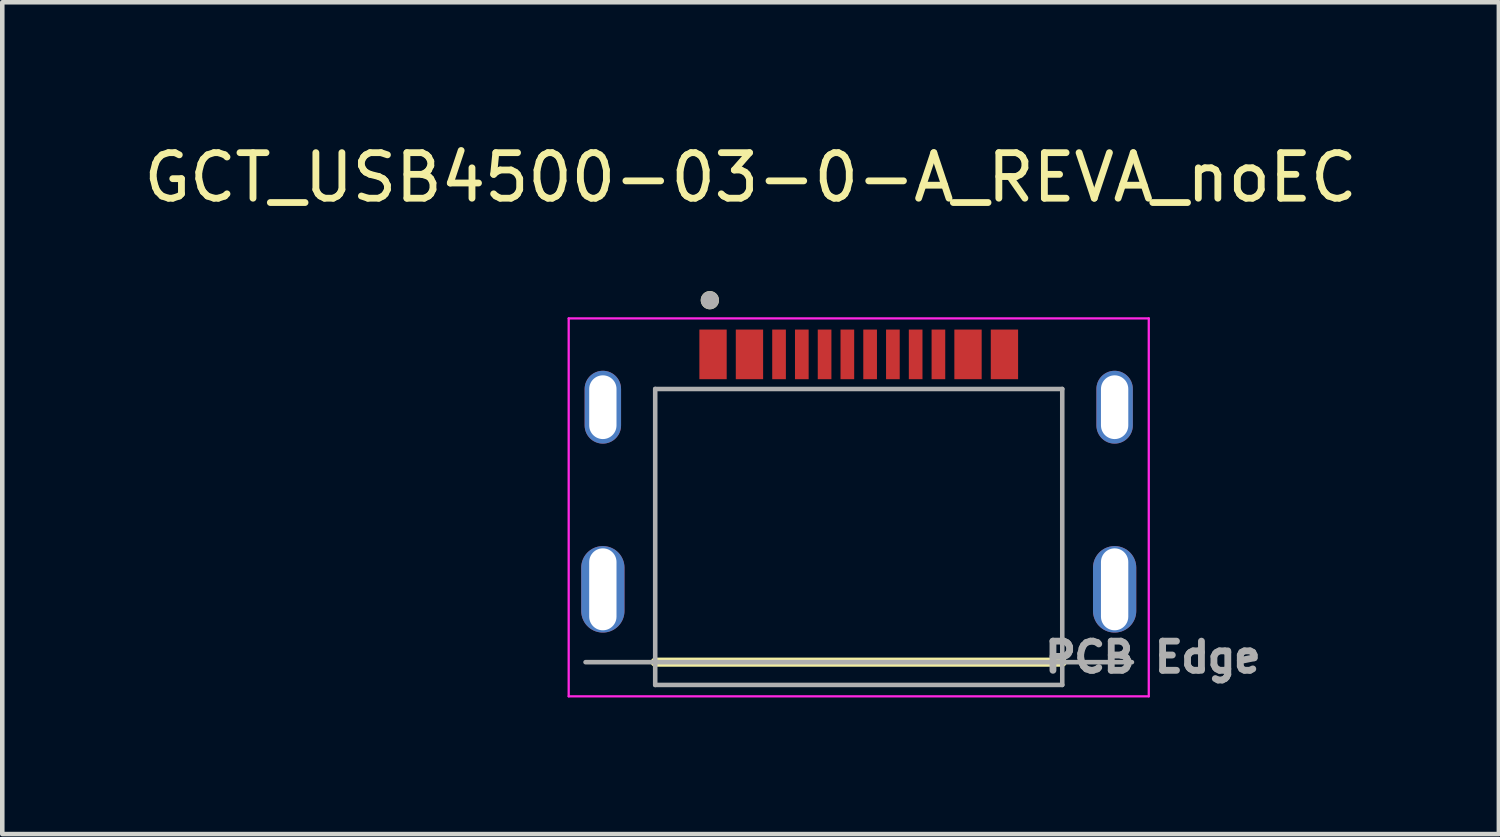
<source format=kicad_pcb>
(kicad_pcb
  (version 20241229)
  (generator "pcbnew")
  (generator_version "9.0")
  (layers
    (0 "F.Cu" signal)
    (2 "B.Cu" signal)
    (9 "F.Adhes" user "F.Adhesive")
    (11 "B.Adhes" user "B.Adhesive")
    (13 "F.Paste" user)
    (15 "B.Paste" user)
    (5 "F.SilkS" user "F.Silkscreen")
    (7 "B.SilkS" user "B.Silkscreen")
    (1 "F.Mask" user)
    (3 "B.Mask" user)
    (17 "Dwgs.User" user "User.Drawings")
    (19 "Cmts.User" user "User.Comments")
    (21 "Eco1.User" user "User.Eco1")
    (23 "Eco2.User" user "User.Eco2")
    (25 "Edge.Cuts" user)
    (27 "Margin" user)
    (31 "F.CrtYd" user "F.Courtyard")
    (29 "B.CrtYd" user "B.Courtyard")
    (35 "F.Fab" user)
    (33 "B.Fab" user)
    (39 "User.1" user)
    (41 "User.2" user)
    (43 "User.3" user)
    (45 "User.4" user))
  (footprint "GCT_USB4500-03-0-A_REVA_noEC"
    (layer "F.Cu")
    (at 15.81 9.893)
    (property "Reference" "GCT_USB4500-03-0-A_REVA_noEC" (at -2.375 -9.045 0) (layer "F.SilkS") (effects (font (size 1 1) (thickness 0.15))))
    (attr through_hole)
    (fp_poly (pts (xy -6.225 -3.61) (xy -6.225 -4.41) (xy -6.224 -4.441) (xy -6.222 -4.473) (xy -6.218 -4.504) (xy -6.212 -4.535) (xy -6.205 -4.565) (xy -6.196 -4.595) (xy -6.185 -4.625) (xy -6.173 -4.654) (xy -6.16 -4.682) (xy -6.145 -4.71) (xy -6.128 -4.737) (xy -6.11 -4.763) (xy -6.091 -4.788) (xy -6.071 -4.811) (xy -6.049 -4.834) (xy -6.026 -4.856) (xy -6.003 -4.876) (xy -5.978 -4.895) (xy -5.952 -4.913) (xy -5.925 -4.93) (xy -5.897 -4.945) (xy -5.869 -4.958) (xy -5.84 -4.97) (xy -5.81 -4.981) (xy -5.78 -4.99) (xy -5.75 -4.997) (xy -5.719 -5.003) (xy -5.688 -5.007) (xy -5.656 -5.009) (xy -5.625 -5.01) (xy -5.594 -5.009) (xy -5.562 -5.007) (xy -5.531 -5.003) (xy -5.5 -4.997) (xy -5.47 -4.99) (xy -5.44 -4.981) (xy -5.41 -4.97) (xy -5.381 -4.958) (xy -5.353 -4.945) (xy -5.325 -4.93) (xy -5.298 -4.913) (xy -5.272 -4.895) (xy -5.247 -4.876) (xy -5.224 -4.856) (xy -5.201 -4.834) (xy -5.179 -4.811) (xy -5.159 -4.788) (xy -5.14 -4.763) (xy -5.122 -4.737) (xy -5.105 -4.71) (xy -5.09 -4.682) (xy -5.077 -4.654) (xy -5.065 -4.625) (xy -5.054 -4.595) (xy -5.045 -4.565) (xy -5.038 -4.535) (xy -5.032 -4.504) (xy -5.028 -4.473) (xy -5.026 -4.441) (xy -5.025 -4.41) (xy -5.025 -3.61) (xy -5.026 -3.579) (xy -5.028 -3.547) (xy -5.032 -3.516) (xy -5.038 -3.485) (xy -5.045 -3.455) (xy -5.054 -3.425) (xy -5.065 -3.395) (xy -5.077 -3.366) (xy -5.09 -3.338) (xy -5.105 -3.31) (xy -5.122 -3.283) (xy -5.14 -3.257) (xy -5.159 -3.232) (xy -5.179 -3.209) (xy -5.201 -3.186) (xy -5.224 -3.164) (xy -5.247 -3.144) (xy -5.272 -3.125) (xy -5.298 -3.107) (xy -5.325 -3.09) (xy -5.353 -3.075) (xy -5.381 -3.062) (xy -5.41 -3.05) (xy -5.44 -3.039) (xy -5.47 -3.03) (xy -5.5 -3.023) (xy -5.531 -3.017) (xy -5.562 -3.013) (xy -5.594 -3.011) (xy -5.625 -3.01) (xy -5.656 -3.011) (xy -5.688 -3.013) (xy -5.719 -3.017) (xy -5.75 -3.023) (xy -5.78 -3.03) (xy -5.81 -3.039) (xy -5.84 -3.05) (xy -5.869 -3.062) (xy -5.897 -3.075) (xy -5.925 -3.09) (xy -5.952 -3.107) (xy -5.978 -3.125) (xy -6.003 -3.144) (xy -6.026 -3.164) (xy -6.049 -3.186) (xy -6.071 -3.209) (xy -6.091 -3.232) (xy -6.11 -3.257) (xy -6.128 -3.283) (xy -6.145 -3.31) (xy -6.16 -3.338) (xy -6.173 -3.366) (xy -6.185 -3.395) (xy -6.196 -3.425) (xy -6.205 -3.455) (xy -6.212 -3.485) (xy -6.218 -3.516) (xy -6.222 -3.547) (xy -6.224 -3.579) (xy -6.225 -3.61)) (stroke (width 0.01) (type solid)) (fill yes) (layer "F.Mask"))
    (fp_poly (pts (xy -6.225 0.59) (xy -6.225 -0.61) (xy -6.224 -0.641) (xy -6.222 -0.673) (xy -6.218 -0.704) (xy -6.212 -0.735) (xy -6.205 -0.765) (xy -6.196 -0.795) (xy -6.185 -0.825) (xy -6.173 -0.854) (xy -6.16 -0.882) (xy -6.145 -0.91) (xy -6.128 -0.937) (xy -6.11 -0.963) (xy -6.091 -0.988) (xy -6.071 -1.011) (xy -6.049 -1.034) (xy -6.026 -1.056) (xy -6.003 -1.076) (xy -5.978 -1.095) (xy -5.952 -1.113) (xy -5.925 -1.13) (xy -5.897 -1.145) (xy -5.869 -1.158) (xy -5.84 -1.17) (xy -5.81 -1.181) (xy -5.78 -1.19) (xy -5.75 -1.197) (xy -5.719 -1.203) (xy -5.688 -1.207) (xy -5.656 -1.209) (xy -5.625 -1.21) (xy -5.594 -1.209) (xy -5.562 -1.207) (xy -5.531 -1.203) (xy -5.5 -1.197) (xy -5.47 -1.19) (xy -5.44 -1.181) (xy -5.41 -1.17) (xy -5.381 -1.158) (xy -5.353 -1.145) (xy -5.325 -1.13) (xy -5.298 -1.113) (xy -5.272 -1.095) (xy -5.247 -1.076) (xy -5.224 -1.056) (xy -5.201 -1.034) (xy -5.179 -1.011) (xy -5.159 -0.988) (xy -5.14 -0.963) (xy -5.122 -0.937) (xy -5.105 -0.91) (xy -5.09 -0.882) (xy -5.077 -0.854) (xy -5.065 -0.825) (xy -5.054 -0.795) (xy -5.045 -0.765) (xy -5.038 -0.735) (xy -5.032 -0.704) (xy -5.028 -0.673) (xy -5.026 -0.641) (xy -5.025 -0.61) (xy -5.025 0.59) (xy -5.026 0.621) (xy -5.028 0.653) (xy -5.032 0.684) (xy -5.038 0.715) (xy -5.045 0.745) (xy -5.054 0.775) (xy -5.065 0.805) (xy -5.077 0.834) (xy -5.09 0.862) (xy -5.105 0.89) (xy -5.122 0.917) (xy -5.14 0.943) (xy -5.159 0.968) (xy -5.179 0.991) (xy -5.201 1.014) (xy -5.224 1.036) (xy -5.247 1.056) (xy -5.272 1.075) (xy -5.298 1.093) (xy -5.325 1.11) (xy -5.353 1.125) (xy -5.381 1.138) (xy -5.41 1.15) (xy -5.44 1.161) (xy -5.47 1.17) (xy -5.5 1.177) (xy -5.531 1.183) (xy -5.562 1.187) (xy -5.594 1.189) (xy -5.625 1.19) (xy -5.656 1.189) (xy -5.688 1.187) (xy -5.719 1.183) (xy -5.75 1.177) (xy -5.78 1.17) (xy -5.81 1.161) (xy -5.84 1.15) (xy -5.869 1.138) (xy -5.897 1.125) (xy -5.925 1.11) (xy -5.952 1.093) (xy -5.978 1.075) (xy -6.003 1.056) (xy -6.026 1.036) (xy -6.049 1.014) (xy -6.071 0.991) (xy -6.091 0.968) (xy -6.11 0.943) (xy -6.128 0.917) (xy -6.145 0.89) (xy -6.16 0.862) (xy -6.173 0.834) (xy -6.185 0.805) (xy -6.196 0.775) (xy -6.205 0.745) (xy -6.212 0.715) (xy -6.218 0.684) (xy -6.222 0.653) (xy -6.224 0.621) (xy -6.225 0.59)) (stroke (width 0.01) (type solid)) (fill yes) (layer "F.Mask"))
    (fp_poly (pts (xy 5.015 -3.61) (xy 5.015 -4.41) (xy 5.016 -4.441) (xy 5.018 -4.473) (xy 5.022 -4.504) (xy 5.028 -4.535) (xy 5.035 -4.565) (xy 5.044 -4.595) (xy 5.055 -4.625) (xy 5.067 -4.654) (xy 5.08 -4.682) (xy 5.095 -4.71) (xy 5.112 -4.737) (xy 5.13 -4.763) (xy 5.149 -4.788) (xy 5.169 -4.811) (xy 5.191 -4.834) (xy 5.214 -4.856) (xy 5.237 -4.876) (xy 5.262 -4.895) (xy 5.288 -4.913) (xy 5.315 -4.93) (xy 5.343 -4.945) (xy 5.371 -4.958) (xy 5.4 -4.97) (xy 5.43 -4.981) (xy 5.46 -4.99) (xy 5.49 -4.997) (xy 5.521 -5.003) (xy 5.552 -5.007) (xy 5.584 -5.009) (xy 5.615 -5.01) (xy 5.646 -5.009) (xy 5.678 -5.007) (xy 5.709 -5.003) (xy 5.74 -4.997) (xy 5.77 -4.99) (xy 5.8 -4.981) (xy 5.83 -4.97) (xy 5.859 -4.958) (xy 5.887 -4.945) (xy 5.915 -4.93) (xy 5.942 -4.913) (xy 5.968 -4.895) (xy 5.993 -4.876) (xy 6.016 -4.856) (xy 6.039 -4.834) (xy 6.061 -4.811) (xy 6.081 -4.788) (xy 6.1 -4.763) (xy 6.118 -4.737) (xy 6.135 -4.71) (xy 6.15 -4.682) (xy 6.163 -4.654) (xy 6.175 -4.625) (xy 6.186 -4.595) (xy 6.195 -4.565) (xy 6.202 -4.535) (xy 6.208 -4.504) (xy 6.212 -4.473) (xy 6.214 -4.441) (xy 6.215 -4.41) (xy 6.215 -3.61) (xy 6.214 -3.579) (xy 6.212 -3.547) (xy 6.208 -3.516) (xy 6.202 -3.485) (xy 6.195 -3.455) (xy 6.186 -3.425) (xy 6.175 -3.395) (xy 6.163 -3.366) (xy 6.15 -3.338) (xy 6.135 -3.31) (xy 6.118 -3.283) (xy 6.1 -3.257) (xy 6.081 -3.232) (xy 6.061 -3.209) (xy 6.039 -3.186) (xy 6.016 -3.164) (xy 5.993 -3.144) (xy 5.968 -3.125) (xy 5.942 -3.107) (xy 5.915 -3.09) (xy 5.887 -3.075) (xy 5.859 -3.062) (xy 5.83 -3.05) (xy 5.8 -3.039) (xy 5.77 -3.03) (xy 5.74 -3.023) (xy 5.709 -3.017) (xy 5.678 -3.013) (xy 5.646 -3.011) (xy 5.615 -3.01) (xy 5.584 -3.011) (xy 5.552 -3.013) (xy 5.521 -3.017) (xy 5.49 -3.023) (xy 5.46 -3.03) (xy 5.43 -3.039) (xy 5.4 -3.05) (xy 5.371 -3.062) (xy 5.343 -3.075) (xy 5.315 -3.09) (xy 5.288 -3.107) (xy 5.262 -3.125) (xy 5.237 -3.144) (xy 5.214 -3.164) (xy 5.191 -3.186) (xy 5.169 -3.209) (xy 5.149 -3.232) (xy 5.13 -3.257) (xy 5.112 -3.283) (xy 5.095 -3.31) (xy 5.08 -3.338) (xy 5.067 -3.366) (xy 5.055 -3.395) (xy 5.044 -3.425) (xy 5.035 -3.455) (xy 5.028 -3.485) (xy 5.022 -3.516) (xy 5.018 -3.547) (xy 5.016 -3.579) (xy 5.015 -3.61)) (stroke (width 0.01) (type solid)) (fill yes) (layer "F.Mask"))
    (fp_poly (pts (xy 5.015 -0.01) (xy 5.015 -0.61) (xy 5.016 -0.641) (xy 5.018 -0.673) (xy 5.022 -0.704) (xy 5.028 -0.735) (xy 5.035 -0.765) (xy 5.044 -0.795) (xy 5.055 -0.825) (xy 5.067 -0.854) (xy 5.08 -0.882) (xy 5.095 -0.91) (xy 5.112 -0.937) (xy 5.13 -0.963) (xy 5.149 -0.988) (xy 5.169 -1.011) (xy 5.191 -1.034) (xy 5.214 -1.056) (xy 5.237 -1.076) (xy 5.262 -1.095) (xy 5.288 -1.113) (xy 5.315 -1.13) (xy 5.343 -1.145) (xy 5.371 -1.158) (xy 5.4 -1.17) (xy 5.43 -1.181) (xy 5.46 -1.19) (xy 5.49 -1.197) (xy 5.521 -1.203) (xy 5.552 -1.207) (xy 5.584 -1.209) (xy 5.615 -1.21) (xy 5.646 -1.209) (xy 5.678 -1.207) (xy 5.709 -1.203) (xy 5.74 -1.197) (xy 5.77 -1.19) (xy 5.8 -1.181) (xy 5.83 -1.17) (xy 5.859 -1.158) (xy 5.887 -1.145) (xy 5.915 -1.13) (xy 5.942 -1.113) (xy 5.968 -1.095) (xy 5.993 -1.076) (xy 6.016 -1.056) (xy 6.039 -1.034) (xy 6.061 -1.011) (xy 6.081 -0.988) (xy 6.1 -0.963) (xy 6.118 -0.937) (xy 6.135 -0.91) (xy 6.15 -0.882) (xy 6.163 -0.854) (xy 6.175 -0.825) (xy 6.186 -0.795) (xy 6.195 -0.765) (xy 6.202 -0.735) (xy 6.208 -0.704) (xy 6.212 -0.673) (xy 6.214 -0.641) (xy 6.215 -0.61) (xy 6.215 -0.01) (xy 6.215 0.59) (xy 6.214 0.621) (xy 6.212 0.653) (xy 6.208 0.684) (xy 6.202 0.715) (xy 6.195 0.745) (xy 6.186 0.775) (xy 6.175 0.805) (xy 6.163 0.834) (xy 6.15 0.862) (xy 6.135 0.89) (xy 6.118 0.917) (xy 6.1 0.943) (xy 6.081 0.968) (xy 6.061 0.991) (xy 6.039 1.014) (xy 6.016 1.036) (xy 5.993 1.056) (xy 5.968 1.075) (xy 5.942 1.093) (xy 5.915 1.11) (xy 5.887 1.125) (xy 5.859 1.138) (xy 5.83 1.15) (xy 5.8 1.161) (xy 5.77 1.17) (xy 5.74 1.177) (xy 5.709 1.183) (xy 5.678 1.187) (xy 5.646 1.189) (xy 5.615 1.19) (xy 5.584 1.189) (xy 5.552 1.187) (xy 5.521 1.183) (xy 5.49 1.177) (xy 5.46 1.17) (xy 5.43 1.161) (xy 5.4 1.15) (xy 5.371 1.138) (xy 5.343 1.125) (xy 5.315 1.11) (xy 5.288 1.093) (xy 5.262 1.075) (xy 5.237 1.056) (xy 5.214 1.036) (xy 5.191 1.014) (xy 5.169 0.991) (xy 5.149 0.968) (xy 5.13 0.943) (xy 5.112 0.917) (xy 5.095 0.89) (xy 5.08 0.862) (xy 5.067 0.834) (xy 5.055 0.805) (xy 5.044 0.775) (xy 5.035 0.745) (xy 5.028 0.715) (xy 5.022 0.684) (xy 5.018 0.653) (xy 5.016 0.621) (xy 5.015 0.59) (xy 5.015 -0.01)) (stroke (width 0.01) (type solid)) (fill yes) (layer "F.Mask"))
    (fp_poly (pts (xy -6.225 -3.61) (xy -6.225 -4.41) (xy -6.224 -4.441) (xy -6.222 -4.473) (xy -6.218 -4.504) (xy -6.212 -4.535) (xy -6.205 -4.565) (xy -6.196 -4.595) (xy -6.185 -4.625) (xy -6.173 -4.654) (xy -6.16 -4.682) (xy -6.145 -4.71) (xy -6.128 -4.737) (xy -6.11 -4.763) (xy -6.091 -4.788) (xy -6.071 -4.811) (xy -6.049 -4.834) (xy -6.026 -4.856) (xy -6.003 -4.876) (xy -5.978 -4.895) (xy -5.952 -4.913) (xy -5.925 -4.93) (xy -5.897 -4.945) (xy -5.869 -4.958) (xy -5.84 -4.97) (xy -5.81 -4.981) (xy -5.78 -4.99) (xy -5.75 -4.997) (xy -5.719 -5.003) (xy -5.688 -5.007) (xy -5.656 -5.009) (xy -5.625 -5.01) (xy -5.594 -5.009) (xy -5.562 -5.007) (xy -5.531 -5.003) (xy -5.5 -4.997) (xy -5.47 -4.99) (xy -5.44 -4.981) (xy -5.41 -4.97) (xy -5.381 -4.958) (xy -5.353 -4.945) (xy -5.325 -4.93) (xy -5.298 -4.913) (xy -5.272 -4.895) (xy -5.247 -4.876) (xy -5.224 -4.856) (xy -5.201 -4.834) (xy -5.179 -4.811) (xy -5.159 -4.788) (xy -5.14 -4.763) (xy -5.122 -4.737) (xy -5.105 -4.71) (xy -5.09 -4.682) (xy -5.077 -4.654) (xy -5.065 -4.625) (xy -5.054 -4.595) (xy -5.045 -4.565) (xy -5.038 -4.535) (xy -5.032 -4.504) (xy -5.028 -4.473) (xy -5.026 -4.441) (xy -5.025 -4.41) (xy -5.025 -3.61) (xy -5.026 -3.579) (xy -5.028 -3.547) (xy -5.032 -3.516) (xy -5.038 -3.485) (xy -5.045 -3.455) (xy -5.054 -3.425) (xy -5.065 -3.395) (xy -5.077 -3.366) (xy -5.09 -3.338) (xy -5.105 -3.31) (xy -5.122 -3.283) (xy -5.14 -3.257) (xy -5.159 -3.232) (xy -5.179 -3.209) (xy -5.201 -3.186) (xy -5.224 -3.164) (xy -5.247 -3.144) (xy -5.272 -3.125) (xy -5.298 -3.107) (xy -5.325 -3.09) (xy -5.353 -3.075) (xy -5.381 -3.062) (xy -5.41 -3.05) (xy -5.44 -3.039) (xy -5.47 -3.03) (xy -5.5 -3.023) (xy -5.531 -3.017) (xy -5.562 -3.013) (xy -5.594 -3.011) (xy -5.625 -3.01) (xy -5.656 -3.011) (xy -5.688 -3.013) (xy -5.719 -3.017) (xy -5.75 -3.023) (xy -5.78 -3.03) (xy -5.81 -3.039) (xy -5.84 -3.05) (xy -5.869 -3.062) (xy -5.897 -3.075) (xy -5.925 -3.09) (xy -5.952 -3.107) (xy -5.978 -3.125) (xy -6.003 -3.144) (xy -6.026 -3.164) (xy -6.049 -3.186) (xy -6.071 -3.209) (xy -6.091 -3.232) (xy -6.11 -3.257) (xy -6.128 -3.283) (xy -6.145 -3.31) (xy -6.16 -3.338) (xy -6.173 -3.366) (xy -6.185 -3.395) (xy -6.196 -3.425) (xy -6.205 -3.455) (xy -6.212 -3.485) (xy -6.218 -3.516) (xy -6.222 -3.547) (xy -6.224 -3.579) (xy -6.225 -3.61)) (stroke (width 0.01) (type solid)) (fill yes) (layer "B.Mask"))
    (fp_poly (pts (xy -6.225 0.6) (xy -6.225 -0.6) (xy -6.224 -0.631) (xy -6.222 -0.663) (xy -6.218 -0.694) (xy -6.212 -0.725) (xy -6.205 -0.755) (xy -6.196 -0.785) (xy -6.185 -0.815) (xy -6.173 -0.844) (xy -6.16 -0.872) (xy -6.145 -0.9) (xy -6.128 -0.927) (xy -6.11 -0.953) (xy -6.091 -0.978) (xy -6.071 -1.001) (xy -6.049 -1.024) (xy -6.026 -1.046) (xy -6.003 -1.066) (xy -5.978 -1.085) (xy -5.952 -1.103) (xy -5.925 -1.12) (xy -5.897 -1.135) (xy -5.869 -1.148) (xy -5.84 -1.16) (xy -5.81 -1.171) (xy -5.78 -1.18) (xy -5.75 -1.187) (xy -5.719 -1.193) (xy -5.688 -1.197) (xy -5.656 -1.199) (xy -5.625 -1.2) (xy -5.594 -1.199) (xy -5.562 -1.197) (xy -5.531 -1.193) (xy -5.5 -1.187) (xy -5.47 -1.18) (xy -5.44 -1.171) (xy -5.41 -1.16) (xy -5.381 -1.148) (xy -5.353 -1.135) (xy -5.325 -1.12) (xy -5.298 -1.103) (xy -5.272 -1.085) (xy -5.247 -1.066) (xy -5.224 -1.046) (xy -5.201 -1.024) (xy -5.179 -1.001) (xy -5.159 -0.978) (xy -5.14 -0.953) (xy -5.122 -0.927) (xy -5.105 -0.9) (xy -5.09 -0.872) (xy -5.077 -0.844) (xy -5.065 -0.815) (xy -5.054 -0.785) (xy -5.045 -0.755) (xy -5.038 -0.725) (xy -5.032 -0.694) (xy -5.028 -0.663) (xy -5.026 -0.631) (xy -5.025 -0.6) (xy -5.025 0.6) (xy -5.026 0.631) (xy -5.028 0.663) (xy -5.032 0.694) (xy -5.038 0.725) (xy -5.045 0.755) (xy -5.054 0.785) (xy -5.065 0.815) (xy -5.077 0.844) (xy -5.09 0.872) (xy -5.105 0.9) (xy -5.122 0.927) (xy -5.14 0.953) (xy -5.159 0.978) (xy -5.179 1.001) (xy -5.201 1.024) (xy -5.224 1.046) (xy -5.247 1.066) (xy -5.272 1.085) (xy -5.298 1.103) (xy -5.325 1.12) (xy -5.353 1.135) (xy -5.381 1.148) (xy -5.41 1.16) (xy -5.44 1.171) (xy -5.47 1.18) (xy -5.5 1.187) (xy -5.531 1.193) (xy -5.562 1.197) (xy -5.594 1.199) (xy -5.625 1.2) (xy -5.656 1.199) (xy -5.688 1.197) (xy -5.719 1.193) (xy -5.75 1.187) (xy -5.78 1.18) (xy -5.81 1.171) (xy -5.84 1.16) (xy -5.869 1.148) (xy -5.897 1.135) (xy -5.925 1.12) (xy -5.952 1.103) (xy -5.978 1.085) (xy -6.003 1.066) (xy -6.026 1.046) (xy -6.049 1.024) (xy -6.071 1.001) (xy -6.091 0.978) (xy -6.11 0.953) (xy -6.128 0.927) (xy -6.145 0.9) (xy -6.16 0.872) (xy -6.173 0.844) (xy -6.185 0.815) (xy -6.196 0.785) (xy -6.205 0.755) (xy -6.212 0.725) (xy -6.218 0.694) (xy -6.222 0.663) (xy -6.224 0.631) (xy -6.225 0.6)) (stroke (width 0.01) (type solid)) (fill yes) (layer "B.Mask"))
    (fp_poly (pts (xy 5.015 -3.61) (xy 5.015 -4.41) (xy 5.016 -4.441) (xy 5.018 -4.473) (xy 5.022 -4.504) (xy 5.028 -4.535) (xy 5.035 -4.565) (xy 5.044 -4.595) (xy 5.055 -4.625) (xy 5.067 -4.654) (xy 5.08 -4.682) (xy 5.095 -4.71) (xy 5.112 -4.737) (xy 5.13 -4.763) (xy 5.149 -4.788) (xy 5.169 -4.811) (xy 5.191 -4.834) (xy 5.214 -4.856) (xy 5.237 -4.876) (xy 5.262 -4.895) (xy 5.288 -4.913) (xy 5.315 -4.93) (xy 5.343 -4.945) (xy 5.371 -4.958) (xy 5.4 -4.97) (xy 5.43 -4.981) (xy 5.46 -4.99) (xy 5.49 -4.997) (xy 5.521 -5.003) (xy 5.552 -5.007) (xy 5.584 -5.009) (xy 5.615 -5.01) (xy 5.646 -5.009) (xy 5.678 -5.007) (xy 5.709 -5.003) (xy 5.74 -4.997) (xy 5.77 -4.99) (xy 5.8 -4.981) (xy 5.83 -4.97) (xy 5.859 -4.958) (xy 5.887 -4.945) (xy 5.915 -4.93) (xy 5.942 -4.913) (xy 5.968 -4.895) (xy 5.993 -4.876) (xy 6.016 -4.856) (xy 6.039 -4.834) (xy 6.061 -4.811) (xy 6.081 -4.788) (xy 6.1 -4.763) (xy 6.118 -4.737) (xy 6.135 -4.71) (xy 6.15 -4.682) (xy 6.163 -4.654) (xy 6.175 -4.625) (xy 6.186 -4.595) (xy 6.195 -4.565) (xy 6.202 -4.535) (xy 6.208 -4.504) (xy 6.212 -4.473) (xy 6.214 -4.441) (xy 6.215 -4.41) (xy 6.215 -3.61) (xy 6.214 -3.579) (xy 6.212 -3.547) (xy 6.208 -3.516) (xy 6.202 -3.485) (xy 6.195 -3.455) (xy 6.186 -3.425) (xy 6.175 -3.395) (xy 6.163 -3.366) (xy 6.15 -3.338) (xy 6.135 -3.31) (xy 6.118 -3.283) (xy 6.1 -3.257) (xy 6.081 -3.232) (xy 6.061 -3.209) (xy 6.039 -3.186) (xy 6.016 -3.164) (xy 5.993 -3.144) (xy 5.968 -3.125) (xy 5.942 -3.107) (xy 5.915 -3.09) (xy 5.887 -3.075) (xy 5.859 -3.062) (xy 5.83 -3.05) (xy 5.8 -3.039) (xy 5.77 -3.03) (xy 5.74 -3.023) (xy 5.709 -3.017) (xy 5.678 -3.013) (xy 5.646 -3.011) (xy 5.615 -3.01) (xy 5.584 -3.011) (xy 5.552 -3.013) (xy 5.521 -3.017) (xy 5.49 -3.023) (xy 5.46 -3.03) (xy 5.43 -3.039) (xy 5.4 -3.05) (xy 5.371 -3.062) (xy 5.343 -3.075) (xy 5.315 -3.09) (xy 5.288 -3.107) (xy 5.262 -3.125) (xy 5.237 -3.144) (xy 5.214 -3.164) (xy 5.191 -3.186) (xy 5.169 -3.209) (xy 5.149 -3.232) (xy 5.13 -3.257) (xy 5.112 -3.283) (xy 5.095 -3.31) (xy 5.08 -3.338) (xy 5.067 -3.366) (xy 5.055 -3.395) (xy 5.044 -3.425) (xy 5.035 -3.455) (xy 5.028 -3.485) (xy 5.022 -3.516) (xy 5.018 -3.547) (xy 5.016 -3.579) (xy 5.015 -3.61)) (stroke (width 0.01) (type solid)) (fill yes) (layer "B.Mask"))
    (fp_poly (pts (xy 5.015 0.59) (xy 5.015 -0.61) (xy 5.016 -0.641) (xy 5.018 -0.673) (xy 5.022 -0.704) (xy 5.028 -0.735) (xy 5.035 -0.765) (xy 5.044 -0.795) (xy 5.055 -0.825) (xy 5.067 -0.854) (xy 5.08 -0.882) (xy 5.095 -0.91) (xy 5.112 -0.937) (xy 5.13 -0.963) (xy 5.149 -0.988) (xy 5.169 -1.011) (xy 5.191 -1.034) (xy 5.214 -1.056) (xy 5.237 -1.076) (xy 5.262 -1.095) (xy 5.288 -1.113) (xy 5.315 -1.13) (xy 5.343 -1.145) (xy 5.371 -1.158) (xy 5.4 -1.17) (xy 5.43 -1.181) (xy 5.46 -1.19) (xy 5.49 -1.197) (xy 5.521 -1.203) (xy 5.552 -1.207) (xy 5.584 -1.209) (xy 5.615 -1.21) (xy 5.646 -1.209) (xy 5.678 -1.207) (xy 5.709 -1.203) (xy 5.74 -1.197) (xy 5.77 -1.19) (xy 5.8 -1.181) (xy 5.83 -1.17) (xy 5.859 -1.158) (xy 5.887 -1.145) (xy 5.915 -1.13) (xy 5.942 -1.113) (xy 5.968 -1.095) (xy 5.993 -1.076) (xy 6.016 -1.056) (xy 6.039 -1.034) (xy 6.061 -1.011) (xy 6.081 -0.988) (xy 6.1 -0.963) (xy 6.118 -0.937) (xy 6.135 -0.91) (xy 6.15 -0.882) (xy 6.163 -0.854) (xy 6.175 -0.825) (xy 6.186 -0.795) (xy 6.195 -0.765) (xy 6.202 -0.735) (xy 6.208 -0.704) (xy 6.212 -0.673) (xy 6.214 -0.641) (xy 6.215 -0.61) (xy 6.215 0.59) (xy 6.214 0.621) (xy 6.212 0.653) (xy 6.208 0.684) (xy 6.202 0.715) (xy 6.195 0.745) (xy 6.186 0.775) (xy 6.175 0.805) (xy 6.163 0.834) (xy 6.15 0.862) (xy 6.135 0.89) (xy 6.118 0.917) (xy 6.1 0.943) (xy 6.081 0.968) (xy 6.061 0.991) (xy 6.039 1.014) (xy 6.016 1.036) (xy 5.993 1.056) (xy 5.968 1.075) (xy 5.942 1.093) (xy 5.915 1.11) (xy 5.887 1.125) (xy 5.859 1.138) (xy 5.83 1.15) (xy 5.8 1.161) (xy 5.77 1.17) (xy 5.74 1.177) (xy 5.709 1.183) (xy 5.678 1.187) (xy 5.646 1.189) (xy 5.615 1.19) (xy 5.584 1.189) (xy 5.552 1.187) (xy 5.521 1.183) (xy 5.49 1.177) (xy 5.46 1.17) (xy 5.43 1.161) (xy 5.4 1.15) (xy 5.371 1.138) (xy 5.343 1.125) (xy 5.315 1.11) (xy 5.288 1.093) (xy 5.262 1.075) (xy 5.237 1.056) (xy 5.214 1.036) (xy 5.191 1.014) (xy 5.169 0.991) (xy 5.149 0.968) (xy 5.13 0.943) (xy 5.112 0.917) (xy 5.095 0.89) (xy 5.08 0.862) (xy 5.067 0.834) (xy 5.055 0.805) (xy 5.044 0.775) (xy 5.035 0.745) (xy 5.028 0.715) (xy 5.022 0.684) (xy 5.018 0.653) (xy 5.016 0.621) (xy 5.015 0.59)) (stroke (width 0.01) (type solid)) (fill yes) (layer "B.Mask"))
    (fp_line (start -4.47 1.6) (end 4.47 1.6) (stroke (width 0.2) (type solid)) (layer "F.SilkS"))
    (fp_circle (center -3.27 -6.35) (end -3.17 -6.35) (stroke (width 0.2) (type solid)) (fill no) (layer "F.SilkS"))
    (fp_line (start -6.37 -5.95) (end 6.37 -5.95) (stroke (width 0.05) (type solid)) (layer "F.CrtYd"))
    (fp_line (start -6.37 2.35) (end -6.37 -5.95) (stroke (width 0.05) (type solid)) (layer "F.CrtYd"))
    (fp_line (start -6.37 2.35) (end 6.37 2.35) (stroke (width 0.05) (type solid)) (layer "F.CrtYd"))
    (fp_line (start 6.37 2.35) (end 6.37 -5.95) (stroke (width 0.05) (type solid)) (layer "F.CrtYd"))
    (fp_line (start -6 1.6) (end 6 1.6) (stroke (width 0.1) (type solid)) (layer "F.Fab"))
    (fp_line (start -4.47 -4.4) (end 4.47 -4.4) (stroke (width 0.1) (type solid)) (layer "F.Fab"))
    (fp_line (start -4.47 2.1) (end -4.47 -4.4) (stroke (width 0.1) (type solid)) (layer "F.Fab"))
    (fp_line (start -4.47 2.1) (end 4.47 2.1) (stroke (width 0.1) (type solid)) (layer "F.Fab"))
    (fp_line (start 4.47 2.1) (end 4.47 -4.4) (stroke (width 0.1) (type solid)) (layer "F.Fab"))
    (fp_circle (center -3.27 -6.35) (end -3.17 -6.35) (stroke (width 0.2) (type solid)) (fill no) (layer "F.Fab"))
    (fp_text user "PCB Edge" (at 6.46 1.49 0) (layer "F.Fab") (effects (font (size 0.64 0.64) (thickness 0.15))))
    (pad "A1_B12" smd rect (at -3.2 -5.16) (size 0.6 1.09) (layers "F.Cu" "F.Mask" "F.Paste"))
    (pad "A4_B9" smd rect (at -2.4 -5.16) (size 0.6 1.09) (layers "F.Cu" "F.Mask" "F.Paste"))
    (pad "A5" smd rect (at -1.25 -5.16) (size 0.3 1.09) (layers "F.Cu" "F.Mask" "F.Paste"))
    (pad "A6" smd rect (at -0.25 -5.16) (size 0.3 1.09) (layers "F.Cu" "F.Mask" "F.Paste"))
    (pad "A7" smd rect (at 0.25 -5.16) (size 0.3 1.09) (layers "F.Cu" "F.Mask" "F.Paste"))
    (pad "A8" smd rect (at 1.25 -5.16) (size 0.3 1.09) (layers "F.Cu" "F.Mask" "F.Paste"))
    (pad "B1_A12" smd rect (at 3.2 -5.16) (size 0.6 1.09) (layers "F.Cu" "F.Mask" "F.Paste"))
    (pad "B4_A9" smd rect (at 2.4 -5.16) (size 0.6 1.09) (layers "F.Cu" "F.Mask" "F.Paste"))
    (pad "B5" smd rect (at 1.75 -5.16) (size 0.3 1.09) (layers "F.Cu" "F.Mask" "F.Paste"))
    (pad "B6" smd rect (at 0.75 -5.16) (size 0.3 1.09) (layers "F.Cu" "F.Mask" "F.Paste"))
    (pad "B7" smd rect (at -0.75 -5.16) (size 0.3 1.09) (layers "F.Cu" "F.Mask" "F.Paste"))
    (pad "B8" smd rect (at -1.75 -5.16) (size 0.3 1.09) (layers "F.Cu" "F.Mask" "F.Paste"))
    (pad "S1" thru_hole oval (at -5.62 0) (size 0.95 1.9) (drill oval 0.6 1.8) (layers "*.Cu"))
    (pad "S2" thru_hole oval (at 5.62 -4) (size 0.8 1.6) (drill oval 0.6 1.4) (layers "*.Cu"))
    (pad "S3" thru_hole oval (at -5.62 -4) (size 0.8 1.6) (drill oval 0.6 1.4) (layers "*.Cu"))
    (pad "S4" thru_hole oval (at 5.62 0) (size 0.95 1.9) (drill oval 0.6 1.8) (layers "*.Cu")))
  (gr_rect
    (start -3 -3)
    (end 29.869 15.268)
    (stroke (width 0.1) (type default))
    (fill no)
    (layer "Edge.Cuts")))
</source>
